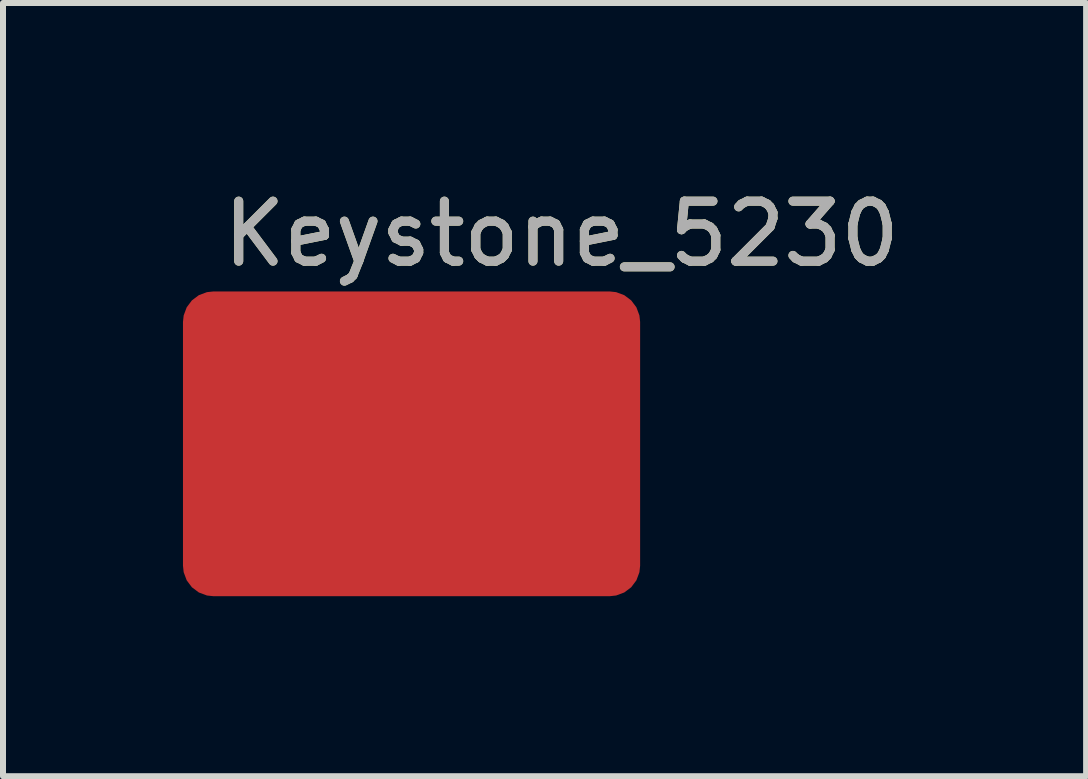
<source format=kicad_pcb>
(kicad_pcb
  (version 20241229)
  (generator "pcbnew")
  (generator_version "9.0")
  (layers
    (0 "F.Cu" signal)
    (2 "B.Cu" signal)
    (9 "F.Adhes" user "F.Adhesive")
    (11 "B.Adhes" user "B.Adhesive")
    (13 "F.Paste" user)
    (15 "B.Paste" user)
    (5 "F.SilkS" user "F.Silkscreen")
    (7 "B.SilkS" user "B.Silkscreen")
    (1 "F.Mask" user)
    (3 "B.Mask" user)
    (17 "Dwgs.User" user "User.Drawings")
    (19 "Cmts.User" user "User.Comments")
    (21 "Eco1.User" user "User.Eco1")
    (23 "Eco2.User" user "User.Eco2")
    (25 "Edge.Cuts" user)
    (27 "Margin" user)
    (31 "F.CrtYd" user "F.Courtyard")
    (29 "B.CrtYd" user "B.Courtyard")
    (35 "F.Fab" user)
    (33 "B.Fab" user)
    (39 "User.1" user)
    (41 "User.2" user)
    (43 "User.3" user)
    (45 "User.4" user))
  (footprint "Keystone_5230"
    (layer "F.Cu")
    (at 3.81 4.348)
    (property "Reference" "Keystone_5230" (at 2.5 -3.5 0) (unlocked yes) (layer "F.SilkS") (effects (font (size 1 1) (thickness 0.15))))
    (attr smd)
    (fp_text user "${REFERENCE}" (at 2.5 -3.5 0) (unlocked yes) (layer "F.Fab") (effects (font (size 1 1) (thickness 0.15))))
    (pad "1" smd roundrect (at 0 0) (size 7.62 5.08) (layers "F.Cu" "F.Mask" "F.Paste") (roundrect_rratio 0.1)))
  (gr_rect
    (start -3 -3)
    (end 15.054 9.888)
    (stroke (width 0.1) (type default))
    (fill no)
    (layer "Edge.Cuts")))
</source>
